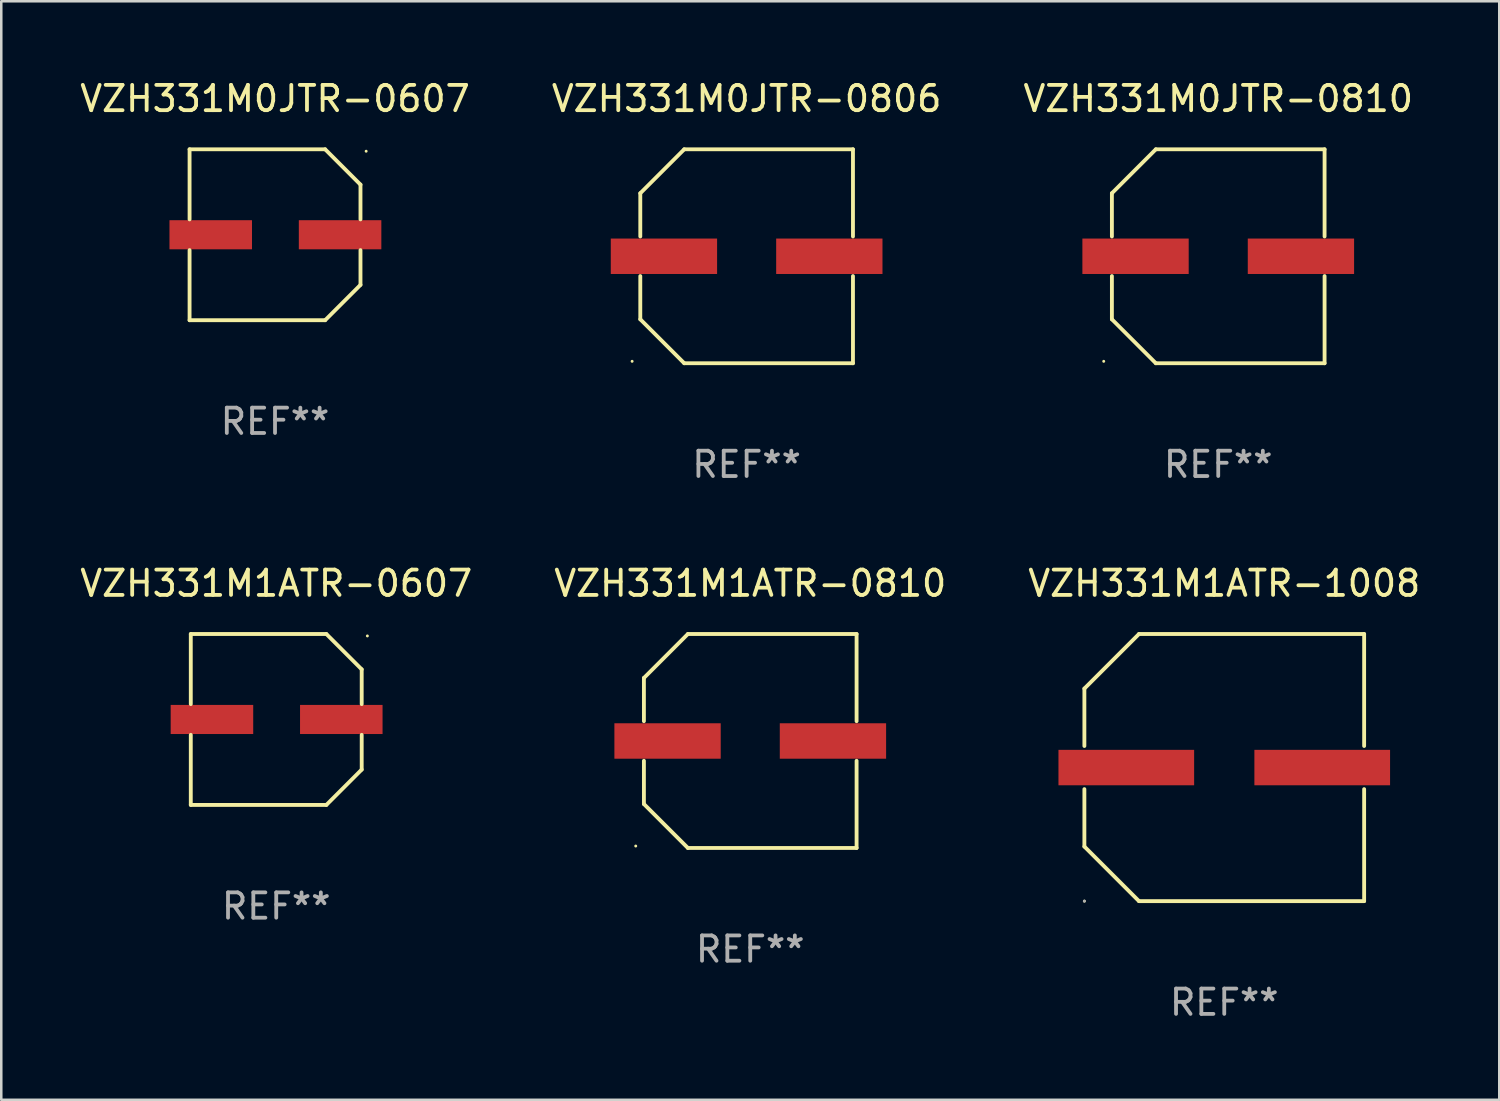
<source format=kicad_pcb>
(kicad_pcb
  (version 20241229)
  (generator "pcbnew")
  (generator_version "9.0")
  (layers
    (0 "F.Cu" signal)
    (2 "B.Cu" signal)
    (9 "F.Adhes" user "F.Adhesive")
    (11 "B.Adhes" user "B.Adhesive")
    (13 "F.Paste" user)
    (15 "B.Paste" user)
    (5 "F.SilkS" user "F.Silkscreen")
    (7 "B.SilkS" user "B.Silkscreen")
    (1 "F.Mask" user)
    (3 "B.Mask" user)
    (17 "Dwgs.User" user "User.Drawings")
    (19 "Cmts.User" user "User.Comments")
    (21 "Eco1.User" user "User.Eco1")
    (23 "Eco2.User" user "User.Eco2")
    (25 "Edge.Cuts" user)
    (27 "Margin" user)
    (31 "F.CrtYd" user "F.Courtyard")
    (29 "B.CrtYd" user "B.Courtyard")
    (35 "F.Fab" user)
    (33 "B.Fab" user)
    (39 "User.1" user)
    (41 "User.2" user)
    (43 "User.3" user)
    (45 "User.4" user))
  (footprint "VZH331M0JTR-0607"
    (layer "F.Cu")
    (at 7.815 6.224)
    (property "Reference" "VZH331M0JTR-0607" (at 0 -5.376 0) (layer "F.SilkS") (effects (font (size 1 1) (thickness 0.15))))
    (attr through_hole)
    (fp_line (start -3.376 -3.376) (end 1.98 -3.376) (stroke (width 0.152) (type solid)) (layer "F.SilkS"))
    (fp_line (start -3.376 -0.607) (end -3.376 -3.376) (stroke (width 0.152) (type solid)) (layer "F.SilkS"))
    (fp_line (start -3.376 0.607) (end -3.376 3.376) (stroke (width 0.152) (type solid)) (layer "F.SilkS"))
    (fp_line (start -3.376 3.376) (end 1.98 3.376) (stroke (width 0.152) (type solid)) (layer "F.SilkS"))
    (fp_line (start 1.98 -3.376) (end 3.376 -1.98) (stroke (width 0.152) (type solid)) (layer "F.SilkS"))
    (fp_line (start 1.98 3.376) (end 3.376 1.98) (stroke (width 0.152) (type solid)) (layer "F.SilkS"))
    (fp_line (start 3.376 -1.98) (end 3.376 -0.607) (stroke (width 0.152) (type solid)) (layer "F.SilkS"))
    (fp_line (start 3.376 1.98) (end 3.376 0.607) (stroke (width 0.152) (type solid)) (layer "F.SilkS"))
    (fp_circle (center 3.6 -3.3) (end 3.63 -3.3) (stroke (width 0.06) (type solid)) (fill no) (layer "F.SilkS"))
    (fp_text user "REF**" (at 0 7.376 0) (layer "F.Fab") (effects (font (size 1 1) (thickness 0.15))))
    (pad "1" smd rect (at 2.57 0 180) (size 3.26 1.15) (layers "F.Cu" "F.Mask" "F.Paste"))
    (pad "2" smd rect (at -2.54 0 180) (size 3.26 1.15) (layers "F.Cu" "F.Mask" "F.Paste")))
  (footprint "VZH331M1ATR-0810"
    (layer "F.Cu")
    (at 26.589 26.223)
    (property "Reference" "VZH331M1ATR-0810" (at 0 -6.226 0) (layer "F.SilkS") (effects (font (size 1 1) (thickness 0.15))))
    (attr through_hole)
    (fp_line (start -4.201 -2.49) (end -4.201 -0.782) (stroke (width 0.152) (type solid)) (layer "F.SilkS"))
    (fp_line (start -4.201 2.49) (end -4.201 0.782) (stroke (width 0.152) (type solid)) (layer "F.SilkS"))
    (fp_line (start -2.465 -4.226) (end -4.201 -2.49) (stroke (width 0.152) (type solid)) (layer "F.SilkS"))
    (fp_line (start -2.465 4.226) (end -4.201 2.49) (stroke (width 0.152) (type solid)) (layer "F.SilkS"))
    (fp_line (start 4.201 -4.226) (end -2.465 -4.226) (stroke (width 0.152) (type solid)) (layer "F.SilkS"))
    (fp_line (start 4.201 -0.782) (end 4.201 -4.226) (stroke (width 0.152) (type solid)) (layer "F.SilkS"))
    (fp_line (start 4.201 0.782) (end 4.201 4.226) (stroke (width 0.152) (type solid)) (layer "F.SilkS"))
    (fp_line (start 4.201 4.226) (end -2.465 4.226) (stroke (width 0.152) (type solid)) (layer "F.SilkS"))
    (fp_circle (center -4.524 4.15) (end -4.494 4.15) (stroke (width 0.06) (type solid)) (fill no) (layer "F.SilkS"))
    (fp_text user "REF**" (at 0 8.226 0) (layer "F.Fab") (effects (font (size 1 1) (thickness 0.15))))
    (pad "1" smd rect (at -3.267 0) (size 4.2 1.4) (layers "F.Cu" "F.Mask" "F.Paste"))
    (pad "2" smd rect (at 3.267 0) (size 4.2 1.4) (layers "F.Cu" "F.Mask" "F.Paste")))
  (footprint "VZH331M0JTR-0806"
    (layer "F.Cu")
    (at 26.446 7.074)
    (property "Reference" "VZH331M0JTR-0806" (at 0 -6.226 0) (layer "F.SilkS") (effects (font (size 1 1) (thickness 0.15))))
    (attr through_hole)
    (fp_line (start -4.201 -2.49) (end -4.201 -0.782) (stroke (width 0.152) (type solid)) (layer "F.SilkS"))
    (fp_line (start -4.201 2.49) (end -4.201 0.782) (stroke (width 0.152) (type solid)) (layer "F.SilkS"))
    (fp_line (start -2.465 -4.226) (end -4.201 -2.49) (stroke (width 0.152) (type solid)) (layer "F.SilkS"))
    (fp_line (start -2.465 4.226) (end -4.201 2.49) (stroke (width 0.152) (type solid)) (layer "F.SilkS"))
    (fp_line (start 4.201 -4.226) (end -2.465 -4.226) (stroke (width 0.152) (type solid)) (layer "F.SilkS"))
    (fp_line (start 4.201 -0.782) (end 4.201 -4.226) (stroke (width 0.152) (type solid)) (layer "F.SilkS"))
    (fp_line (start 4.201 0.782) (end 4.201 4.226) (stroke (width 0.152) (type solid)) (layer "F.SilkS"))
    (fp_line (start 4.201 4.226) (end -2.465 4.226) (stroke (width 0.152) (type solid)) (layer "F.SilkS"))
    (fp_circle (center -4.524 4.15) (end -4.494 4.15) (stroke (width 0.06) (type solid)) (fill no) (layer "F.SilkS"))
    (fp_text user "REF**" (at 0 8.226 0) (layer "F.Fab") (effects (font (size 1 1) (thickness 0.15))))
    (pad "1" smd rect (at -3.267 0) (size 4.2 1.4) (layers "F.Cu" "F.Mask" "F.Paste"))
    (pad "2" smd rect (at 3.267 0) (size 4.2 1.4) (layers "F.Cu" "F.Mask" "F.Paste")))
  (footprint "VZH331M0JTR-0810"
    (layer "F.Cu")
    (at 45.077 7.074)
    (property "Reference" "VZH331M0JTR-0810" (at 0 -6.226 0) (layer "F.SilkS") (effects (font (size 1 1) (thickness 0.15))))
    (attr through_hole)
    (fp_line (start -4.201 -2.49) (end -4.201 -0.782) (stroke (width 0.152) (type solid)) (layer "F.SilkS"))
    (fp_line (start -4.201 2.49) (end -4.201 0.782) (stroke (width 0.152) (type solid)) (layer "F.SilkS"))
    (fp_line (start -2.465 -4.226) (end -4.201 -2.49) (stroke (width 0.152) (type solid)) (layer "F.SilkS"))
    (fp_line (start -2.465 4.226) (end -4.201 2.49) (stroke (width 0.152) (type solid)) (layer "F.SilkS"))
    (fp_line (start 4.201 -4.226) (end -2.465 -4.226) (stroke (width 0.152) (type solid)) (layer "F.SilkS"))
    (fp_line (start 4.201 -0.782) (end 4.201 -4.226) (stroke (width 0.152) (type solid)) (layer "F.SilkS"))
    (fp_line (start 4.201 0.782) (end 4.201 4.226) (stroke (width 0.152) (type solid)) (layer "F.SilkS"))
    (fp_line (start 4.201 4.226) (end -2.465 4.226) (stroke (width 0.152) (type solid)) (layer "F.SilkS"))
    (fp_circle (center -4.524 4.15) (end -4.494 4.15) (stroke (width 0.06) (type solid)) (fill no) (layer "F.SilkS"))
    (fp_text user "REF**" (at 0 8.226 0) (layer "F.Fab") (effects (font (size 1 1) (thickness 0.15))))
    (pad "1" smd rect (at -3.267 0) (size 4.2 1.4) (layers "F.Cu" "F.Mask" "F.Paste"))
    (pad "2" smd rect (at 3.267 0) (size 4.2 1.4) (layers "F.Cu" "F.Mask" "F.Paste")))
  (footprint "VZH331M1ATR-0607"
    (layer "F.Cu")
    (at 7.863 25.373)
    (property "Reference" "VZH331M1ATR-0607" (at 0 -5.376 0) (layer "F.SilkS") (effects (font (size 1 1) (thickness 0.15))))
    (attr through_hole)
    (fp_line (start -3.376 -3.376) (end 1.98 -3.376) (stroke (width 0.152) (type solid)) (layer "F.SilkS"))
    (fp_line (start -3.376 -0.607) (end -3.376 -3.376) (stroke (width 0.152) (type solid)) (layer "F.SilkS"))
    (fp_line (start -3.376 0.607) (end -3.376 3.376) (stroke (width 0.152) (type solid)) (layer "F.SilkS"))
    (fp_line (start -3.376 3.376) (end 1.98 3.376) (stroke (width 0.152) (type solid)) (layer "F.SilkS"))
    (fp_line (start 1.98 -3.376) (end 3.376 -1.98) (stroke (width 0.152) (type solid)) (layer "F.SilkS"))
    (fp_line (start 1.98 3.376) (end 3.376 1.98) (stroke (width 0.152) (type solid)) (layer "F.SilkS"))
    (fp_line (start 3.376 -1.98) (end 3.376 -0.607) (stroke (width 0.152) (type solid)) (layer "F.SilkS"))
    (fp_line (start 3.376 1.98) (end 3.376 0.607) (stroke (width 0.152) (type solid)) (layer "F.SilkS"))
    (fp_circle (center 3.6 -3.3) (end 3.63 -3.3) (stroke (width 0.06) (type solid)) (fill no) (layer "F.SilkS"))
    (fp_text user "REF**" (at 0 7.376 0) (layer "F.Fab") (effects (font (size 1 1) (thickness 0.15))))
    (pad "1" smd rect (at 2.57 0 180) (size 3.26 1.15) (layers "F.Cu" "F.Mask" "F.Paste"))
    (pad "2" smd rect (at -2.54 0 180) (size 3.26 1.15) (layers "F.Cu" "F.Mask" "F.Paste")))
  (footprint "VZH331M1ATR-1008"
    (layer "F.Cu")
    (at 45.315 27.273)
    (property "Reference" "VZH331M1ATR-1008" (at 0 -7.276 0) (layer "F.SilkS") (effects (font (size 1 1) (thickness 0.15))))
    (attr through_hole)
    (fp_line (start -5.526 -3.12) (end -3.37 -5.276) (stroke (width 0.152) (type solid)) (layer "F.SilkS"))
    (fp_line (start -5.526 -0.852) (end -5.526 -3.12) (stroke (width 0.152) (type solid)) (layer "F.SilkS"))
    (fp_line (start -5.526 0.852) (end -5.526 3.12) (stroke (width 0.152) (type solid)) (layer "F.SilkS"))
    (fp_line (start -5.526 3.12) (end -3.37 5.276) (stroke (width 0.152) (type solid)) (layer "F.SilkS"))
    (fp_line (start -3.37 -5.276) (end 5.526 -5.276) (stroke (width 0.152) (type solid)) (layer "F.SilkS"))
    (fp_line (start -3.37 5.276) (end 5.526 5.276) (stroke (width 0.152) (type solid)) (layer "F.SilkS"))
    (fp_line (start 5.526 -5.276) (end 5.526 -0.852) (stroke (width 0.152) (type solid)) (layer "F.SilkS"))
    (fp_line (start 5.526 5.276) (end 5.526 0.852) (stroke (width 0.152) (type solid)) (layer "F.SilkS"))
    (fp_circle (center -5.526 5.276) (end -5.496 5.276) (stroke (width 0.06) (type solid)) (fill no) (layer "F.SilkS"))
    (fp_circle (center -5.526 5.276) (end -5.496 5.276) (stroke (width 0.06) (type solid)) (fill no) (layer "F.Fab"))
    (fp_text user "REF**" (at 0 9.276 0) (layer "F.Fab") (effects (font (size 1 1) (thickness 0.15))))
    (pad "1" smd rect (at -3.87 0) (size 5.36 1.4) (layers "F.Cu" "F.Mask" "F.Paste"))
    (pad "2" smd rect (at 3.87 0) (size 5.36 1.4) (layers "F.Cu" "F.Mask" "F.Paste")))
  (gr_rect
    (start -3 -3)
    (end 56.179 40.398)
    (stroke (width 0.1) (type default))
    (fill no)
    (layer "Edge.Cuts")))
</source>
